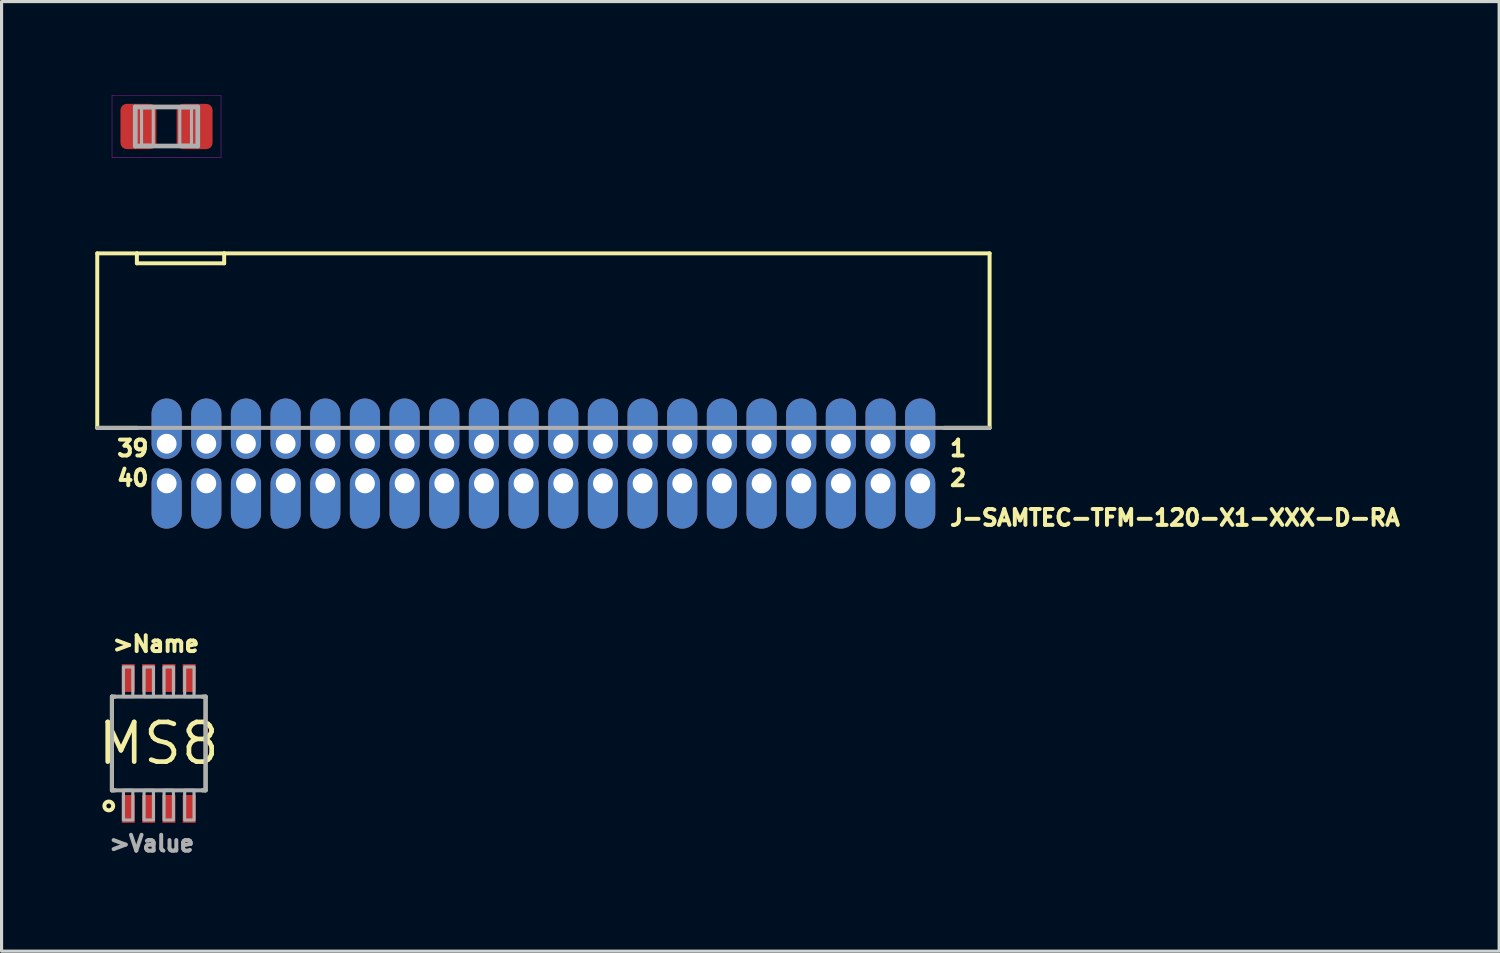
<source format=kicad_pcb>
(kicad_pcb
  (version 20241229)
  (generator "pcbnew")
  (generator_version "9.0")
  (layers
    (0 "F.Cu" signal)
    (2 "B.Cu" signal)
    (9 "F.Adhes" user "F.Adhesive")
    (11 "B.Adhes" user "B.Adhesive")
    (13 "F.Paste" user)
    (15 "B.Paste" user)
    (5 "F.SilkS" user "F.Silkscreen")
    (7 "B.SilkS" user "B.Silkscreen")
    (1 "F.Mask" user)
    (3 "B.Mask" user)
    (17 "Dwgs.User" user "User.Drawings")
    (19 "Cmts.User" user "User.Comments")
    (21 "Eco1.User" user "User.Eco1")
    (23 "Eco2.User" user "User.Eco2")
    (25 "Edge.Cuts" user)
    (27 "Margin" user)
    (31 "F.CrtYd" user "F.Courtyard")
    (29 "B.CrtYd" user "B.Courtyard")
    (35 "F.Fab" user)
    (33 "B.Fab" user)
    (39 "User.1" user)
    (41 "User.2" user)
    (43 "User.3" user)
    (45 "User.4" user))
  (footprint ".0805-B-NOSILK"
    (layer "F.Cu")
    (at 2.282 1)
    (property "Reference" ".0805-B-NOSILK" (at 0 0 0) (layer "F.Mask") (effects (font (size 0.34 0.34) (thickness 0.06))))
    (attr smd)
    (fp_poly (pts (xy -0.26 0.79) (xy -1.54 0.79) (xy -1.54 -0.79) (xy -0.26 -0.79)) (stroke (width 0) (type solid)) (fill yes) (layer "F.Mask"))
    (fp_poly (pts (xy 1.54 0.79) (xy 0.26 0.79) (xy 0.26 -0.79) (xy 1.54 -0.79)) (stroke (width 0) (type solid)) (fill yes) (layer "F.Mask"))
    (fp_line (start -1.745 -0.995) (end -1.745 0.995) (stroke (width 0.01) (type solid)) (layer "F.CrtYd"))
    (fp_line (start -1.745 0.995) (end 1.745 0.995) (stroke (width 0.01) (type solid)) (layer "F.CrtYd"))
    (fp_line (start 1.745 -0.995) (end -1.745 -0.995) (stroke (width 0.01) (type solid)) (layer "F.CrtYd"))
    (fp_line (start 1.745 0.995) (end 1.745 -0.995) (stroke (width 0.01) (type solid)) (layer "F.CrtYd"))
    (fp_line (start -1 -0.625) (end 1 -0.625) (stroke (width 0.15) (type solid)) (layer "F.Fab"))
    (fp_line (start -1 0.625) (end -1 -0.625) (stroke (width 0.15) (type solid)) (layer "F.Fab"))
    (fp_line (start 1 -0.625) (end 1 0.625) (stroke (width 0.15) (type solid)) (layer "F.Fab"))
    (fp_line (start 1 0.625) (end -1 0.625) (stroke (width 0.15) (type solid)) (layer "F.Fab"))
    (fp_poly (pts (xy -0.8 0.6) (xy -0.425 0.6) (xy -0.425 -0.6) (xy -0.8 -0.6)) (stroke (width 0.1) (type solid)) (fill no) (layer "F.Fab"))
    (fp_poly (pts (xy 0.425 0.6) (xy 0.8 0.6) (xy 0.8 -0.6) (xy 0.425 -0.6)) (stroke (width 0.1) (type solid)) (fill no) (layer "F.Fab"))
    (pad "1" smd roundrect (at -0.9 0) (size 1.15 1.45) (layers "F.Cu" "F.Paste") (roundrect_rratio 0.175))
    (pad "2" smd roundrect (at 0.9 0) (size 1.15 1.45) (layers "F.Cu" "F.Paste") (roundrect_rratio 0.175)))
  (footprint "J-SAMTEC-TFM-120-X1-XXX-D-RA"
    (layer "F.Cu")
    (at 14.351 11.794)
    (property "Reference" "J-SAMTEC-TFM-120-X1-XXX-D-RA" (at 12.954 2.032 0) (layer "F.SilkS") (effects (font (size 0.508 0.508) (thickness 0.127)) (justify left bottom)))
    (fp_line (start -14.287 -6.731) (end -13.018 -6.731) (stroke (width 0.127) (type solid)) (layer "F.SilkS"))
    (fp_line (start -14.287 -1.143) (end -14.287 -6.731) (stroke (width 0.127) (type solid)) (layer "F.SilkS"))
    (fp_line (start -14.287 -1.143) (end -13.018 -1.143) (stroke (width 0.127) (type solid)) (layer "F.SilkS"))
    (fp_line (start -13.018 -6.731) (end -13.018 -6.413) (stroke (width 0.127) (type solid)) (layer "F.SilkS"))
    (fp_line (start -13.018 -6.731) (end -10.223 -6.731) (stroke (width 0.127) (type solid)) (layer "F.SilkS"))
    (fp_line (start -13.018 -6.413) (end -10.223 -6.413) (stroke (width 0.127) (type solid)) (layer "F.SilkS"))
    (fp_line (start -10.223 -6.731) (end 14.287 -6.731) (stroke (width 0.127) (type solid)) (layer "F.SilkS"))
    (fp_line (start -10.223 -6.413) (end -10.223 -6.731) (stroke (width 0.127) (type solid)) (layer "F.SilkS"))
    (fp_line (start 12.827 -1.143) (end 14.287 -1.143) (stroke (width 0.127) (type solid)) (layer "F.SilkS"))
    (fp_line (start 14.287 -6.731) (end 14.287 -1.143) (stroke (width 0.127) (type solid)) (layer "F.SilkS"))
    (fp_line (start -14.287 -1.143) (end -13.018 -1.143) (stroke (width 0.127) (type solid)) (layer "F.Fab"))
    (fp_line (start -13.018 -1.143) (end -10.223 -1.143) (stroke (width 0.127) (type solid)) (layer "F.Fab"))
    (fp_line (start -10.223 -1.143) (end 14.287 -1.143) (stroke (width 0.127) (type solid)) (layer "F.Fab"))
    (fp_text user "40" (at -13.716 0.762 0) (layer "F.SilkS") (effects (font (size 0.508 0.508) (thickness 0.127)) (justify left bottom)))
    (fp_text user "2" (at 12.954 0.762 0) (layer "F.SilkS") (effects (font (size 0.508 0.508) (thickness 0.127)) (justify left bottom)))
    (fp_text user "1" (at 12.954 -0.191 0) (layer "F.SilkS") (effects (font (size 0.508 0.508) (thickness 0.127)) (justify left bottom)))
    (fp_text user "39" (at -13.716 -0.191 0) (layer "F.SilkS") (effects (font (size 0.508 0.508) (thickness 0.127)) (justify left bottom)))
    (pad "1" thru_hole oval (at 12.065 -0.635 90) (size 1.93 0.965) (drill 0.635 (offset 0.483 0)) (layers "*.Cu" "*.Mask"))
    (pad "2" thru_hole oval (at 12.065 0.635 270) (size 1.93 0.965) (drill 0.635 (offset 0.483 0)) (layers "*.Cu" "*.Mask"))
    (pad "3" thru_hole oval (at 10.795 -0.635 90) (size 1.93 0.965) (drill 0.635 (offset 0.483 0)) (layers "*.Cu" "*.Mask"))
    (pad "4" thru_hole oval (at 10.795 0.635 270) (size 1.93 0.965) (drill 0.635 (offset 0.483 0)) (layers "*.Cu" "*.Mask"))
    (pad "5" thru_hole oval (at 9.525 -0.635 90) (size 1.93 0.965) (drill 0.635 (offset 0.483 0)) (layers "*.Cu" "*.Mask"))
    (pad "6" thru_hole oval (at 9.525 0.635 270) (size 1.93 0.965) (drill 0.635 (offset 0.483 0)) (layers "*.Cu" "*.Mask"))
    (pad "7" thru_hole oval (at 8.255 -0.635 90) (size 1.93 0.965) (drill 0.635 (offset 0.483 0)) (layers "*.Cu" "*.Mask"))
    (pad "8" thru_hole oval (at 8.255 0.635 270) (size 1.93 0.965) (drill 0.635 (offset 0.483 0)) (layers "*.Cu" "*.Mask"))
    (pad "9" thru_hole oval (at 6.985 -0.635 90) (size 1.93 0.965) (drill 0.635 (offset 0.483 0)) (layers "*.Cu" "*.Mask"))
    (pad "10" thru_hole oval (at 6.985 0.635 270) (size 1.93 0.965) (drill 0.635 (offset 0.483 0)) (layers "*.Cu" "*.Mask"))
    (pad "11" thru_hole oval (at 5.715 -0.635 90) (size 1.93 0.965) (drill 0.635 (offset 0.483 0)) (layers "*.Cu" "*.Mask"))
    (pad "12" thru_hole oval (at 5.715 0.635 270) (size 1.93 0.965) (drill 0.635 (offset 0.483 0)) (layers "*.Cu" "*.Mask"))
    (pad "13" thru_hole oval (at 4.445 -0.635 90) (size 1.93 0.965) (drill 0.635 (offset 0.483 0)) (layers "*.Cu" "*.Mask"))
    (pad "14" thru_hole oval (at 4.445 0.635 270) (size 1.93 0.965) (drill 0.635 (offset 0.483 0)) (layers "*.Cu" "*.Mask"))
    (pad "15" thru_hole oval (at 3.175 -0.635 90) (size 1.93 0.965) (drill 0.635 (offset 0.483 0)) (layers "*.Cu" "*.Mask"))
    (pad "16" thru_hole oval (at 3.175 0.635 270) (size 1.93 0.965) (drill 0.635 (offset 0.483 0)) (layers "*.Cu" "*.Mask"))
    (pad "17" thru_hole oval (at 1.905 -0.635 90) (size 1.93 0.965) (drill 0.635 (offset 0.483 0)) (layers "*.Cu" "*.Mask"))
    (pad "18" thru_hole oval (at 1.905 0.635 270) (size 1.93 0.965) (drill 0.635 (offset 0.483 0)) (layers "*.Cu" "*.Mask"))
    (pad "19" thru_hole oval (at 0.635 -0.635 90) (size 1.93 0.965) (drill 0.635 (offset 0.483 0)) (layers "*.Cu" "*.Mask"))
    (pad "20" thru_hole oval (at 0.635 0.635 270) (size 1.93 0.965) (drill 0.635 (offset 0.483 0)) (layers "*.Cu" "*.Mask"))
    (pad "21" thru_hole oval (at -0.635 -0.635 90) (size 1.93 0.965) (drill 0.635 (offset 0.483 0)) (layers "*.Cu" "*.Mask"))
    (pad "22" thru_hole oval (at -0.635 0.635 270) (size 1.93 0.965) (drill 0.635 (offset 0.483 0)) (layers "*.Cu" "*.Mask"))
    (pad "23" thru_hole oval (at -1.905 -0.635 90) (size 1.93 0.965) (drill 0.635 (offset 0.483 0)) (layers "*.Cu" "*.Mask"))
    (pad "24" thru_hole oval (at -1.905 0.635 270) (size 1.93 0.965) (drill 0.635 (offset 0.483 0)) (layers "*.Cu" "*.Mask"))
    (pad "25" thru_hole oval (at -3.175 -0.635 90) (size 1.93 0.965) (drill 0.635 (offset 0.483 0)) (layers "*.Cu" "*.Mask"))
    (pad "26" thru_hole oval (at -3.175 0.635 270) (size 1.93 0.965) (drill 0.635 (offset 0.483 0)) (layers "*.Cu" "*.Mask"))
    (pad "27" thru_hole oval (at -4.445 -0.635 90) (size 1.93 0.965) (drill 0.635 (offset 0.483 0)) (layers "*.Cu" "*.Mask"))
    (pad "28" thru_hole oval (at -4.445 0.635 270) (size 1.93 0.965) (drill 0.635 (offset 0.483 0)) (layers "*.Cu" "*.Mask"))
    (pad "29" thru_hole oval (at -5.715 -0.635 90) (size 1.93 0.965) (drill 0.635 (offset 0.483 0)) (layers "*.Cu" "*.Mask"))
    (pad "30" thru_hole oval (at -5.715 0.635 270) (size 1.93 0.965) (drill 0.635 (offset 0.483 0)) (layers "*.Cu" "*.Mask"))
    (pad "31" thru_hole oval (at -6.985 -0.635 90) (size 1.93 0.965) (drill 0.635 (offset 0.483 0)) (layers "*.Cu" "*.Mask"))
    (pad "32" thru_hole oval (at -6.985 0.635 270) (size 1.93 0.965) (drill 0.635 (offset 0.483 0)) (layers "*.Cu" "*.Mask"))
    (pad "33" thru_hole oval (at -8.255 -0.635 90) (size 1.93 0.965) (drill 0.635 (offset 0.483 0)) (layers "*.Cu" "*.Mask"))
    (pad "34" thru_hole oval (at -8.255 0.635 270) (size 1.93 0.965) (drill 0.635 (offset 0.483 0)) (layers "*.Cu" "*.Mask"))
    (pad "35" thru_hole oval (at -9.525 -0.635 90) (size 1.93 0.965) (drill 0.635 (offset 0.483 0)) (layers "*.Cu" "*.Mask"))
    (pad "36" thru_hole oval (at -9.525 0.635 270) (size 1.93 0.965) (drill 0.635 (offset 0.483 0)) (layers "*.Cu" "*.Mask"))
    (pad "37" thru_hole oval (at -10.795 -0.635 90) (size 1.93 0.965) (drill 0.635 (offset 0.483 0)) (layers "*.Cu" "*.Mask"))
    (pad "38" thru_hole oval (at -10.795 0.635 270) (size 1.93 0.965) (drill 0.635 (offset 0.483 0)) (layers "*.Cu" "*.Mask"))
    (pad "39" thru_hole oval (at -12.065 -0.635 90) (size 1.93 0.965) (drill 0.635 (offset 0.483 0)) (layers "*.Cu" "*.Mask"))
    (pad "40" thru_hole oval (at -12.065 0.635 270) (size 1.93 0.965) (drill 0.635 (offset 0.483 0)) (layers "*.Cu" "*.Mask")))
  (footprint "MS8"
    (layer "F.Cu")
    (at 2.033 20.757)
    (property "Reference" "MS8" (at 0 0 0) (layer "F.SilkS") (effects (font (size 1.27 1.27) (thickness 0.15))))
    (fp_line (start -1.5 -1.5) (end -1.4 -1.5) (stroke (width 0.127) (type solid)) (layer "F.SilkS"))
    (fp_line (start -1.5 1.5) (end -1.5 -1.5) (stroke (width 0.127) (type solid)) (layer "F.SilkS"))
    (fp_line (start -1.5 1.5) (end -1.4 1.5) (stroke (width 0.127) (type solid)) (layer "F.SilkS"))
    (fp_line (start 1.5 -1.5) (end 1.4 -1.5) (stroke (width 0.127) (type solid)) (layer "F.SilkS"))
    (fp_line (start 1.5 -1.5) (end 1.5 1.5) (stroke (width 0.127) (type solid)) (layer "F.SilkS"))
    (fp_line (start 1.5 1.5) (end 1.4 1.5) (stroke (width 0.127) (type solid)) (layer "F.SilkS"))
    (fp_circle (center -1.6 2) (end -1.459 2) (stroke (width 0.127) (type solid)) (fill no) (layer "F.SilkS"))
    (fp_line (start -1.5 -1.5) (end -1.5 1.5) (stroke (width 0.127) (type solid)) (layer "F.Fab"))
    (fp_line (start -1.5 -1.5) (end 1.5 -1.5) (stroke (width 0.127) (type solid)) (layer "F.Fab"))
    (fp_line (start 1.5 1.5) (end -1.5 1.5) (stroke (width 0.127) (type solid)) (layer "F.Fab"))
    (fp_line (start 1.5 1.5) (end 1.5 -1.5) (stroke (width 0.127) (type solid)) (layer "F.Fab"))
    (fp_poly (pts (xy -1.13 2.45) (xy -0.83 2.45) (xy -0.83 1.5) (xy -1.13 1.5)) (stroke (width 0.1) (type solid)) (fill no) (layer "F.Fab"))
    (fp_poly (pts (xy -0.83 -2.45) (xy -1.13 -2.45) (xy -1.13 -1.5) (xy -0.83 -1.5)) (stroke (width 0.1) (type solid)) (fill no) (layer "F.Fab"))
    (fp_poly (pts (xy -0.47 2.45) (xy -0.17 2.45) (xy -0.17 1.5) (xy -0.47 1.5)) (stroke (width 0.1) (type solid)) (fill no) (layer "F.Fab"))
    (fp_poly (pts (xy -0.17 -2.45) (xy -0.47 -2.45) (xy -0.47 -1.5) (xy -0.17 -1.5)) (stroke (width 0.1) (type solid)) (fill no) (layer "F.Fab"))
    (fp_poly (pts (xy 0.17 2.45) (xy 0.47 2.45) (xy 0.47 1.5) (xy 0.17 1.5)) (stroke (width 0.1) (type solid)) (fill no) (layer "F.Fab"))
    (fp_poly (pts (xy 0.47 -2.45) (xy 0.17 -2.45) (xy 0.17 -1.5) (xy 0.47 -1.5)) (stroke (width 0.1) (type solid)) (fill no) (layer "F.Fab"))
    (fp_poly (pts (xy 0.83 2.45) (xy 1.13 2.45) (xy 1.13 1.5) (xy 0.83 1.5)) (stroke (width 0.1) (type solid)) (fill no) (layer "F.Fab"))
    (fp_poly (pts (xy 1.13 -2.45) (xy 0.83 -2.45) (xy 0.83 -1.5) (xy 1.13 -1.5)) (stroke (width 0.1) (type solid)) (fill no) (layer "F.Fab"))
    (fp_text user ">Name" (at -1.54 -2.89 0) (layer "F.SilkS") (effects (font (size 0.508 0.508) (thickness 0.127)) (justify left bottom)))
    (fp_text user ">Value" (at -1.65 3.5 0) (layer "F.Fab") (effects (font (size 0.508 0.508) (thickness 0.127)) (justify left bottom)))
    (pad "1" smd rect (at -0.975 2.095) (size 0.42 0.889) (layers "F.Cu" "F.Mask" "F.Paste"))
    (pad "2" smd rect (at -0.325 2.095) (size 0.42 0.889) (layers "F.Cu" "F.Mask" "F.Paste"))
    (pad "3" smd rect (at 0.325 2.095) (size 0.42 0.889) (layers "F.Cu" "F.Mask" "F.Paste"))
    (pad "4" smd rect (at 0.975 2.095) (size 0.42 0.889) (layers "F.Cu" "F.Mask" "F.Paste"))
    (pad "5" smd rect (at 0.975 -2.095) (size 0.42 0.889) (layers "F.Cu" "F.Mask" "F.Paste"))
    (pad "6" smd rect (at 0.325 -2.095) (size 0.42 0.889) (layers "F.Cu" "F.Mask" "F.Paste"))
    (pad "7" smd rect (at -0.325 -2.095) (size 0.42 0.889) (layers "F.Cu" "F.Mask" "F.Paste"))
    (pad "8" smd rect (at -0.975 -2.095) (size 0.42 0.889) (layers "F.Cu" "F.Mask" "F.Paste")))
  (gr_rect
    (start -3 -3)
    (end 44.954 27.408)
    (stroke (width 0.1) (type default))
    (fill no)
    (layer "Edge.Cuts")))
</source>
